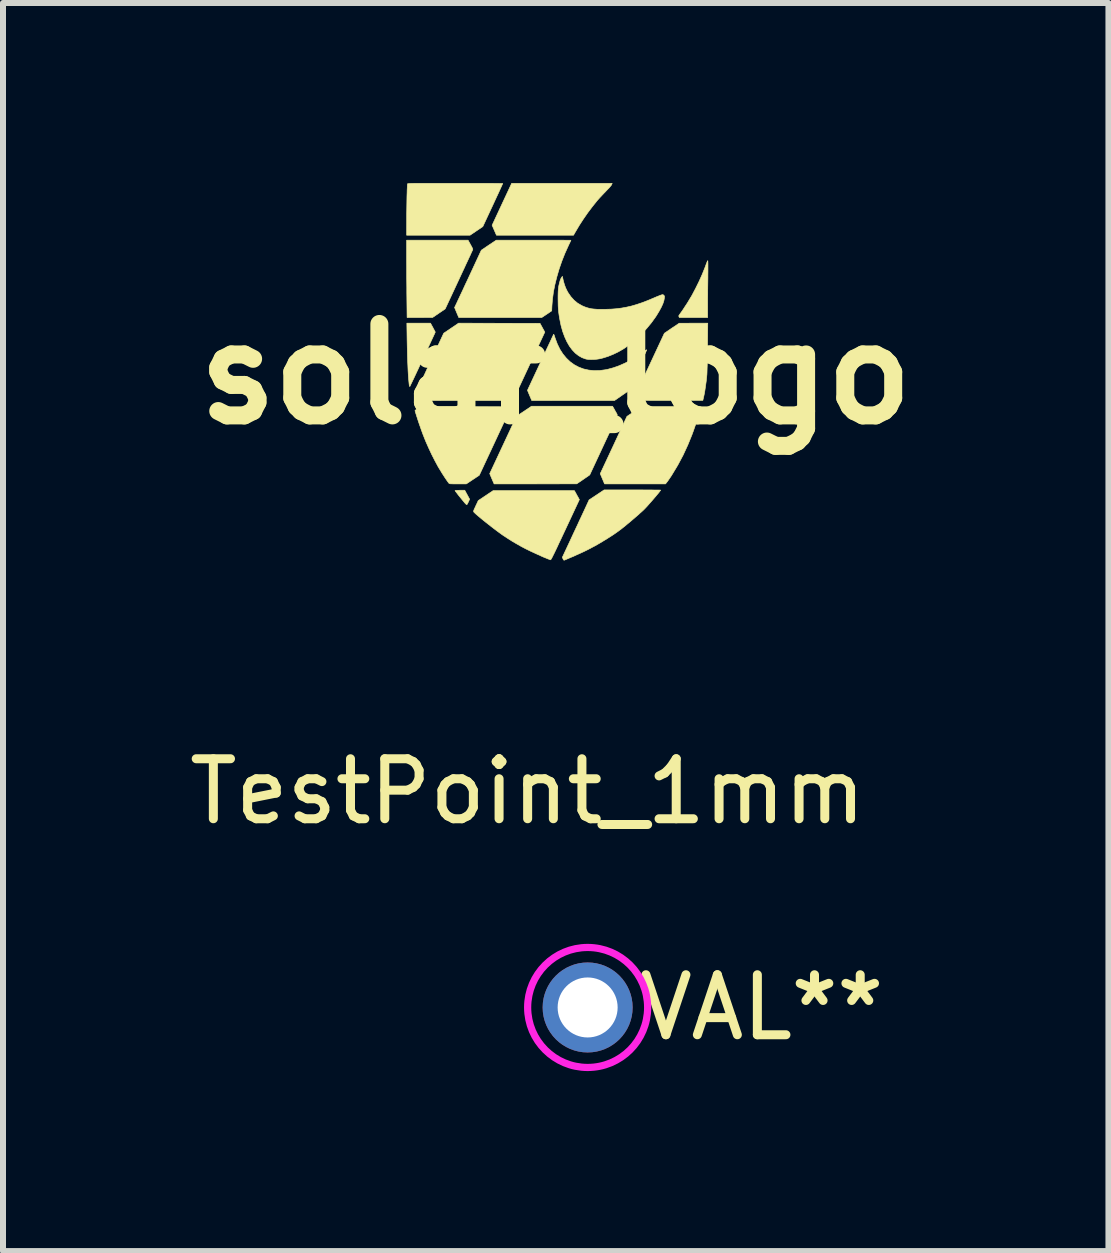
<source format=kicad_pcb>
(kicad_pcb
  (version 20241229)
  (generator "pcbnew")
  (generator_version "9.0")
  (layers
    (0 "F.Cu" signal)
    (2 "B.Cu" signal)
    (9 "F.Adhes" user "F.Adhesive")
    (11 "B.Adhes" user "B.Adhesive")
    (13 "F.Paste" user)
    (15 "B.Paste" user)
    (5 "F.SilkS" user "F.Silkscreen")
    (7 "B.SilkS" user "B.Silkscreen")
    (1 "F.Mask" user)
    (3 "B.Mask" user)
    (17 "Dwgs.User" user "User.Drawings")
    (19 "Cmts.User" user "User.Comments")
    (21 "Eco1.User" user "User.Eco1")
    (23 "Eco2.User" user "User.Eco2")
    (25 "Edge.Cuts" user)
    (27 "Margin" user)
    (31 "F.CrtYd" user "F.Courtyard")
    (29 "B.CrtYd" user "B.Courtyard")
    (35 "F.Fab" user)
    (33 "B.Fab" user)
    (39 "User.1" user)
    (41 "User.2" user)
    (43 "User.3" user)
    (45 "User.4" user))
  (footprint "TestPoint_1mm"
    (layer "F.Cu")
    (at 6.744 13.741)
    (property "Reference" "TestPoint_1mm" (at -1 -3.6 0) (layer "F.SilkS") (effects (font (size 1 1) (thickness 0.15))))
    (attr through_hole)
    (fp_circle (center 0 0) (end 1 0) (stroke (width 0.12) (type solid)) (fill no) (layer "F.CrtYd"))
    (fp_text user "VAL**" (at 2.9 0 0) (layer "F.SilkS") (effects (font (size 1 1) (thickness 0.15))))
    (pad "1" thru_hole circle (at 0 0) (size 1.5 1.5) (drill 1) (layers "*.Cu" "*.Mask")))
  (footprint "solar_logo"
    (layer "F.Cu")
    (at 6.212 3.184)
    (property "Reference" "solar_logo" (at 0 0 0) (layer "F.SilkS") (effects (font (size 1.524 1.524) (thickness 0.3))))
    (attr through_hole)
    (fp_poly (pts (xy 0.932 -3.157) (xy 0.925 -3.145) (xy 0.91 -3.126) (xy 0.888 -3.101) (xy 0.86 -3.072) (xy 0.828 -3.038) (xy 0.797 -3.006) (xy 0.765 -2.972) (xy 0.735 -2.94) (xy 0.708 -2.91) (xy 0.687 -2.886) (xy 0.684 -2.882) (xy 0.608 -2.787) (xy 0.532 -2.686) (xy 0.46 -2.582) (xy 0.392 -2.477) (xy 0.331 -2.374) (xy 0.314 -2.345) (xy 0.297 -2.314) (xy -0.988 -2.314) (xy -1.024 -2.397) (xy -1.06 -2.48) (xy -0.897 -2.83) (xy -0.734 -3.179) (xy 0.941 -3.179) (xy 0.932 -3.157)) (stroke (width 0.01) (type solid)) (fill yes) (layer "F.SilkS"))
    (fp_poly (pts (xy -1.516 1.937) (xy -1.435 2.086) (xy -1.455 2.13) (xy -1.465 2.151) (xy -1.474 2.167) (xy -1.48 2.176) (xy -1.481 2.177) (xy -1.488 2.174) (xy -1.5 2.165) (xy -1.505 2.159) (xy -1.517 2.147) (xy -1.532 2.128) (xy -1.552 2.104) (xy -1.573 2.078) (xy -1.596 2.05) (xy -1.618 2.023) (xy -1.638 1.997) (xy -1.655 1.974) (xy -1.669 1.957) (xy -1.676 1.946) (xy -1.678 1.943) (xy -1.672 1.941) (xy -1.657 1.939) (xy -1.634 1.938) (xy -1.604 1.937) (xy -1.597 1.937) (xy -1.516 1.937)) (stroke (width 0.01) (type solid)) (fill yes) (layer "F.SilkS"))
    (fp_poly (pts (xy -0.941 -0.846) (xy -0.262 -0.845) (xy -0.222 -0.772) (xy -0.182 -0.699) (xy -0.646 0.297) (xy -0.857 0.441) (xy -1.549 0.441) (xy -2.241 0.442) (xy -2.275 0.364) (xy -2.287 0.335) (xy -2.297 0.31) (xy -2.304 0.29) (xy -2.308 0.278) (xy -2.308 0.275) (xy -2.306 0.269) (xy -2.299 0.252) (xy -2.287 0.226) (xy -2.272 0.192) (xy -2.253 0.151) (xy -2.231 0.102) (xy -2.206 0.048) (xy -2.178 -0.011) (xy -2.149 -0.075) (xy -2.117 -0.143) (xy -2.087 -0.207) (xy -1.867 -0.68) (xy -1.743 -0.764) (xy -1.619 -0.848) (xy -0.941 -0.846)) (stroke (width 0.01) (type solid)) (fill yes) (layer "F.SilkS"))
    (fp_poly (pts (xy 0.947 0.536) (xy 0.981 0.596) (xy 0.995 0.622) (xy 1.008 0.644) (xy 1.018 0.662) (xy 1.023 0.671) (xy 1.024 0.674) (xy 1.024 0.678) (xy 1.024 0.683) (xy 1.022 0.691) (xy 1.019 0.701) (xy 1.013 0.715) (xy 1.006 0.733) (xy 0.996 0.757) (xy 0.983 0.785) (xy 0.968 0.82) (xy 0.949 0.861) (xy 0.926 0.91) (xy 0.9 0.967) (xy 0.869 1.033) (xy 0.834 1.108) (xy 0.799 1.183) (xy 0.567 1.681) (xy 0.459 1.756) (xy 0.35 1.83) (xy -0.339 1.831) (xy -1.027 1.831) (xy -1.064 1.746) (xy -1.1 1.66) (xy -0.653 0.703) (xy -0.528 0.62) (xy -0.403 0.536) (xy 0.947 0.536)) (stroke (width 0.01) (type solid)) (fill yes) (layer "F.SilkS"))
    (fp_poly (pts (xy -1.42 -2.157) (xy -1.404 -2.128) (xy -1.393 -2.107) (xy -1.386 -2.092) (xy -1.383 -2.082) (xy -1.383 -2.074) (xy -1.386 -2.067) (xy -1.387 -2.064) (xy -1.39 -2.056) (xy -1.399 -2.039) (xy -1.411 -2.012) (xy -1.427 -1.976) (xy -1.447 -1.934) (xy -1.47 -1.884) (xy -1.496 -1.829) (xy -1.524 -1.768) (xy -1.554 -1.704) (xy -1.586 -1.635) (xy -1.618 -1.566) (xy -1.842 -1.086) (xy -1.947 -1.014) (xy -2.052 -0.943) (xy -2.264 -0.942) (xy -2.477 -0.942) (xy -2.481 -1.282) (xy -2.482 -1.358) (xy -2.482 -1.44) (xy -2.483 -1.527) (xy -2.484 -1.616) (xy -2.484 -1.704) (xy -2.484 -1.788) (xy -2.485 -1.865) (xy -2.485 -1.927) (xy -2.485 -2.231) (xy -1.461 -2.231) (xy -1.42 -2.157)) (stroke (width 0.01) (type solid)) (fill yes) (layer "F.SilkS"))
    (fp_poly (pts (xy 2.53 -0.458) (xy 2.529 -0.389) (xy 2.528 -0.321) (xy 2.527 -0.257) (xy 2.526 -0.196) (xy 2.525 -0.141) (xy 2.523 -0.092) (xy 2.522 -0.051) (xy 2.521 -0.019) (xy 2.52 0.002) (xy 2.52 0.006) (xy 2.515 0.058) (xy 2.509 0.115) (xy 2.501 0.172) (xy 2.493 0.229) (xy 2.485 0.282) (xy 2.477 0.328) (xy 2.469 0.366) (xy 2.468 0.371) (xy 2.452 0.439) (xy 1.945 0.44) (xy 1.868 0.44) (xy 1.796 0.44) (xy 1.727 0.44) (xy 1.664 0.44) (xy 1.606 0.44) (xy 1.556 0.44) (xy 1.513 0.439) (xy 1.478 0.439) (xy 1.453 0.438) (xy 1.439 0.438) (xy 1.435 0.437) (xy 1.432 0.43) (xy 1.425 0.415) (xy 1.415 0.393) (xy 1.404 0.366) (xy 1.399 0.354) (xy 1.365 0.275) (xy 1.811 -0.68) (xy 1.934 -0.764) (xy 2.058 -0.847) (xy 2.534 -0.848) (xy 2.53 -0.458)) (stroke (width 0.01) (type solid)) (fill yes) (layer "F.SilkS"))
    (fp_poly (pts (xy 2.535 -1.884) (xy 2.536 -1.867) (xy 2.537 -1.84) (xy 2.537 -1.804) (xy 2.537 -1.759) (xy 2.537 -1.706) (xy 2.536 -1.646) (xy 2.536 -1.603) (xy 2.535 -1.537) (xy 2.534 -1.468) (xy 2.533 -1.398) (xy 2.533 -1.328) (xy 2.532 -1.263) (xy 2.532 -1.203) (xy 2.532 -1.151) (xy 2.532 -1.129) (xy 2.532 -0.942) (xy 2.06 -0.942) (xy 2.054 -0.956) (xy 2.051 -0.967) (xy 2.053 -0.976) (xy 2.063 -0.99) (xy 2.065 -0.993) (xy 2.076 -1.009) (xy 2.093 -1.032) (xy 2.113 -1.061) (xy 2.135 -1.094) (xy 2.157 -1.128) (xy 2.179 -1.161) (xy 2.199 -1.192) (xy 2.206 -1.204) (xy 2.27 -1.311) (xy 2.331 -1.426) (xy 2.389 -1.544) (xy 2.442 -1.662) (xy 2.488 -1.777) (xy 2.503 -1.818) (xy 2.513 -1.845) (xy 2.522 -1.867) (xy 2.529 -1.883) (xy 2.534 -1.89) (xy 2.534 -1.89) (xy 2.535 -1.884)) (stroke (width 0.01) (type solid)) (fill yes) (layer "F.SilkS"))
    (fp_poly (pts (xy -2.284 -0.848) (xy -2.087 -0.848) (xy -2.047 -0.775) (xy -2.033 -0.748) (xy -2.021 -0.726) (xy -2.012 -0.709) (xy -2.008 -0.7) (xy -2.008 -0.699) (xy -2.01 -0.693) (xy -2.017 -0.677) (xy -2.028 -0.653) (xy -2.043 -0.621) (xy -2.061 -0.582) (xy -2.082 -0.537) (xy -2.105 -0.487) (xy -2.13 -0.433) (xy -2.157 -0.376) (xy -2.184 -0.317) (xy -2.212 -0.257) (xy -2.24 -0.197) (xy -2.268 -0.137) (xy -2.295 -0.079) (xy -2.321 -0.024) (xy -2.345 0.027) (xy -2.367 0.074) (xy -2.387 0.116) (xy -2.404 0.151) (xy -2.417 0.178) (xy -2.426 0.197) (xy -2.431 0.207) (xy -2.431 0.208) (xy -2.435 0.206) (xy -2.439 0.196) (xy -2.44 0.193) (xy -2.444 0.162) (xy -2.448 0.12) (xy -2.453 0.069) (xy -2.457 0.008) (xy -2.461 -0.06) (xy -2.464 -0.135) (xy -2.468 -0.216) (xy -2.471 -0.302) (xy -2.473 -0.392) (xy -2.475 -0.484) (xy -2.477 -0.579) (xy -2.477 -0.581) (xy -2.481 -0.848) (xy -2.284 -0.848)) (stroke (width 0.01) (type solid)) (fill yes) (layer "F.SilkS"))
    (fp_poly (pts (xy 2.016 0.542) (xy 2.094 0.542) (xy 2.161 0.542) (xy 2.219 0.542) (xy 2.267 0.542) (xy 2.308 0.543) (xy 2.341 0.543) (xy 2.367 0.544) (xy 2.388 0.544) (xy 2.403 0.545) (xy 2.414 0.546) (xy 2.421 0.547) (xy 2.424 0.549) (xy 2.426 0.55) (xy 2.426 0.551) (xy 2.424 0.559) (xy 2.419 0.577) (xy 2.41 0.604) (xy 2.4 0.637) (xy 2.387 0.675) (xy 2.373 0.718) (xy 2.358 0.763) (xy 2.343 0.808) (xy 2.327 0.854) (xy 2.312 0.897) (xy 2.298 0.938) (xy 2.285 0.973) (xy 2.274 1.003) (xy 2.274 1.004) (xy 2.202 1.181) (xy 2.123 1.352) (xy 2.035 1.517) (xy 1.941 1.673) (xy 1.928 1.694) (xy 1.908 1.724) (xy 1.888 1.753) (xy 1.871 1.778) (xy 1.857 1.797) (xy 1.85 1.806) (xy 1.83 1.831) (xy 0.814 1.831) (xy 0.742 1.661) (xy 0.965 1.184) (xy 1.187 0.706) (xy 1.309 0.624) (xy 1.43 0.542) (xy 1.928 0.542) (xy 2.016 0.542)) (stroke (width 0.01) (type solid)) (fill yes) (layer "F.SilkS"))
    (fp_poly (pts (xy -0.284 -2.231) (xy -0.203 -2.231) (xy -0.126 -2.231) (xy -0.054 -2.231) (xy 0.012 -2.231) (xy 0.072 -2.231) (xy 0.125 -2.231) (xy 0.169 -2.23) (xy 0.205 -2.23) (xy 0.232 -2.23) (xy 0.248 -2.23) (xy 0.253 -2.229) (xy 0.251 -2.224) (xy 0.244 -2.209) (xy 0.234 -2.187) (xy 0.221 -2.161) (xy 0.21 -2.137) (xy 0.153 -2.011) (xy 0.102 -1.882) (xy 0.057 -1.752) (xy 0.019 -1.622) (xy -0.013 -1.494) (xy -0.038 -1.369) (xy -0.054 -1.249) (xy -0.063 -1.14) (xy -0.067 -1.053) (xy -0.15 -0.997) (xy -0.233 -0.942) (xy -0.924 -0.942) (xy -1.616 -0.942) (xy -1.651 -1.025) (xy -1.686 -1.109) (xy -1.671 -1.139) (xy -1.667 -1.149) (xy -1.657 -1.168) (xy -1.644 -1.197) (xy -1.627 -1.234) (xy -1.606 -1.278) (xy -1.583 -1.328) (xy -1.556 -1.384) (xy -1.528 -1.445) (xy -1.498 -1.51) (xy -1.466 -1.577) (xy -1.448 -1.616) (xy -1.24 -2.064) (xy -1.116 -2.148) (xy -0.991 -2.231) (xy -0.369 -2.231) (xy -0.284 -2.231)) (stroke (width 0.01) (type solid)) (fill yes) (layer "F.SilkS"))
    (fp_poly (pts (xy -1.569 0.543) (xy -0.888 0.545) (xy -0.848 0.616) (xy -0.808 0.688) (xy -1.041 1.188) (xy -1.274 1.687) (xy -1.382 1.759) (xy -1.49 1.831) (xy -1.63 1.831) (xy -1.674 1.831) (xy -1.708 1.831) (xy -1.733 1.83) (xy -1.751 1.83) (xy -1.763 1.828) (xy -1.771 1.826) (xy -1.777 1.823) (xy -1.781 1.819) (xy -1.782 1.818) (xy -1.792 1.805) (xy -1.808 1.783) (xy -1.827 1.755) (xy -1.849 1.723) (xy -1.872 1.687) (xy -1.896 1.65) (xy -1.918 1.613) (xy -1.939 1.579) (xy -1.957 1.549) (xy -1.959 1.546) (xy -2.013 1.446) (xy -2.067 1.34) (xy -2.119 1.229) (xy -2.168 1.118) (xy -2.211 1.01) (xy -2.224 0.975) (xy -2.241 0.928) (xy -2.258 0.879) (xy -2.275 0.831) (xy -2.291 0.784) (xy -2.305 0.74) (xy -2.318 0.7) (xy -2.329 0.665) (xy -2.338 0.638) (xy -2.343 0.618) (xy -2.345 0.607) (xy -2.345 0.606) (xy -2.338 0.601) (xy -2.324 0.592) (xy -2.305 0.579) (xy -2.295 0.572) (xy -2.25 0.542) (xy -1.569 0.543)) (stroke (width 0.01) (type solid)) (fill yes) (layer "F.SilkS"))
    (fp_poly (pts (xy -0.031 -0.659) (xy -0.025 -0.646) (xy -0.018 -0.625) (xy -0.01 -0.599) (xy -0.009 -0.596) (xy 0.027 -0.5) (xy 0.07 -0.412) (xy 0.12 -0.334) (xy 0.177 -0.265) (xy 0.24 -0.205) (xy 0.309 -0.155) (xy 0.384 -0.115) (xy 0.464 -0.085) (xy 0.549 -0.066) (xy 0.639 -0.057) (xy 0.734 -0.059) (xy 0.832 -0.072) (xy 0.87 -0.08) (xy 0.962 -0.105) (xy 1.058 -0.139) (xy 1.155 -0.182) (xy 1.253 -0.232) (xy 1.349 -0.289) (xy 1.441 -0.352) (xy 1.474 -0.376) (xy 1.493 -0.39) (xy 1.507 -0.4) (xy 1.516 -0.404) (xy 1.517 -0.404) (xy 1.515 -0.399) (xy 1.508 -0.383) (xy 1.498 -0.359) (xy 1.483 -0.327) (xy 1.465 -0.287) (xy 1.444 -0.242) (xy 1.421 -0.191) (xy 1.396 -0.136) (xy 1.368 -0.077) (xy 1.358 -0.055) (xy 1.197 0.291) (xy 0.98 0.441) (xy 0.291 0.441) (xy -0.399 0.442) (xy -0.435 0.357) (xy -0.471 0.271) (xy -0.254 -0.194) (xy -0.221 -0.264) (xy -0.19 -0.33) (xy -0.161 -0.393) (xy -0.134 -0.451) (xy -0.109 -0.504) (xy -0.087 -0.55) (xy -0.069 -0.59) (xy -0.054 -0.622) (xy -0.043 -0.645) (xy -0.036 -0.659) (xy -0.034 -0.663) (xy -0.031 -0.659)) (stroke (width 0.01) (type solid)) (fill yes) (layer "F.SilkS"))
    (fp_poly (pts (xy 0.325 1.968) (xy 0.335 1.985) (xy 0.347 2.008) (xy 0.361 2.033) (xy 0.367 2.043) (xy 0.394 2.093) (xy 0.16 2.594) (xy 0.119 2.681) (xy 0.083 2.758) (xy 0.051 2.825) (xy 0.024 2.884) (xy 0.000079 2.934) (xy -0.02 2.976) (xy -0.037 3.01) (xy -0.051 3.038) (xy -0.062 3.06) (xy -0.071 3.076) (xy -0.078 3.087) (xy -0.082 3.093) (xy -0.085 3.095) (xy -0.085 3.096) (xy -0.094 3.094) (xy -0.111 3.088) (xy -0.137 3.078) (xy -0.168 3.065) (xy -0.203 3.051) (xy -0.23 3.039) (xy -0.327 2.995) (xy -0.416 2.954) (xy -0.498 2.914) (xy -0.574 2.874) (xy -0.648 2.832) (xy -0.722 2.789) (xy -0.796 2.742) (xy -0.868 2.695) (xy -0.9 2.673) (xy -0.937 2.646) (xy -0.979 2.615) (xy -1.024 2.581) (xy -1.071 2.545) (xy -1.118 2.508) (xy -1.165 2.471) (xy -1.21 2.435) (xy -1.251 2.401) (xy -1.288 2.37) (xy -1.32 2.343) (xy -1.344 2.321) (xy -1.359 2.306) (xy -1.365 2.3) (xy -1.368 2.295) (xy -1.369 2.288) (xy -1.368 2.279) (xy -1.363 2.265) (xy -1.355 2.246) (xy -1.342 2.219) (xy -1.326 2.183) (xy -1.323 2.178) (xy -1.291 2.109) (xy -1.043 1.943) (xy 0.311 1.943) (xy 0.325 1.968)) (stroke (width 0.01) (type solid)) (fill yes) (layer "F.SilkS"))
    (fp_poly (pts (xy -1.579 -3.179) (xy -1.487 -3.179) (xy -1.398 -3.179) (xy -1.315 -3.179) (xy -1.237 -3.179) (xy -1.164 -3.178) (xy -1.099 -3.178) (xy -1.041 -3.178) (xy -0.991 -3.177) (xy -0.949 -3.177) (xy -0.917 -3.176) (xy -0.895 -3.176) (xy -0.884 -3.175) (xy -0.883 -3.175) (xy -0.886 -3.169) (xy -0.893 -3.153) (xy -0.904 -3.129) (xy -0.919 -3.096) (xy -0.937 -3.056) (xy -0.958 -3.01) (xy -0.982 -2.959) (xy -1.008 -2.903) (xy -1.035 -2.844) (xy -1.049 -2.814) (xy -1.215 -2.458) (xy -1.321 -2.386) (xy -1.428 -2.314) (xy -2.485 -2.314) (xy -2.484 -2.533) (xy -2.484 -2.596) (xy -2.484 -2.66) (xy -2.483 -2.725) (xy -2.482 -2.79) (xy -2.481 -2.853) (xy -2.48 -2.913) (xy -2.479 -2.97) (xy -2.477 -3.022) (xy -2.476 -3.068) (xy -2.474 -3.106) (xy -2.473 -3.137) (xy -2.472 -3.158) (xy -2.47 -3.168) (xy -2.47 -3.169) (xy -2.469 -3.171) (xy -2.467 -3.172) (xy -2.462 -3.173) (xy -2.456 -3.174) (xy -2.446 -3.175) (xy -2.433 -3.176) (xy -2.416 -3.177) (xy -2.394 -3.177) (xy -2.366 -3.178) (xy -2.333 -3.178) (xy -2.293 -3.178) (xy -2.246 -3.179) (xy -2.191 -3.179) (xy -2.128 -3.179) (xy -2.056 -3.179) (xy -1.975 -3.179) (xy -1.883 -3.179) (xy -1.781 -3.179) (xy -1.674 -3.179) (xy -1.579 -3.179)) (stroke (width 0.01) (type solid)) (fill yes) (layer "F.SilkS"))
    (fp_poly (pts (xy 1.351 1.931) (xy 1.421 1.931) (xy 1.486 1.932) (xy 1.546 1.932) (xy 1.6 1.932) (xy 1.648 1.933) (xy 1.687 1.933) (xy 1.717 1.933) (xy 1.738 1.934) (xy 1.748 1.934) (xy 1.749 1.935) (xy 1.745 1.941) (xy 1.734 1.956) (xy 1.718 1.977) (xy 1.697 2.002) (xy 1.672 2.032) (xy 1.644 2.065) (xy 1.615 2.099) (xy 1.585 2.133) (xy 1.556 2.166) (xy 1.528 2.198) (xy 1.502 2.226) (xy 1.481 2.248) (xy 1.462 2.267) (xy 1.436 2.291) (xy 1.403 2.32) (xy 1.366 2.354) (xy 1.325 2.389) (xy 1.282 2.426) (xy 1.239 2.463) (xy 1.196 2.498) (xy 1.156 2.532) (xy 1.119 2.561) (xy 1.088 2.586) (xy 1.074 2.596) (xy 1.01 2.643) (xy 0.938 2.692) (xy 0.859 2.742) (xy 0.776 2.793) (xy 0.693 2.842) (xy 0.61 2.887) (xy 0.531 2.929) (xy 0.524 2.932) (xy 0.498 2.945) (xy 0.467 2.96) (xy 0.43 2.977) (xy 0.391 2.995) (xy 0.35 3.013) (xy 0.309 3.032) (xy 0.269 3.049) (xy 0.231 3.065) (xy 0.198 3.079) (xy 0.171 3.091) (xy 0.151 3.099) (xy 0.14 3.103) (xy 0.138 3.103) (xy 0.132 3.098) (xy 0.124 3.086) (xy 0.121 3.079) (xy 0.11 3.056) (xy 0.24 2.778) (xy 0.269 2.715) (xy 0.3 2.648) (xy 0.332 2.58) (xy 0.364 2.512) (xy 0.394 2.446) (xy 0.423 2.385) (xy 0.448 2.331) (xy 0.463 2.299) (xy 0.556 2.098) (xy 0.681 2.015) (xy 0.807 1.931) (xy 1.278 1.931) (xy 1.351 1.931)) (stroke (width 0.01) (type solid)) (fill yes) (layer "F.SilkS"))
    (fp_poly (pts (xy 0.114 -1.613) (xy 0.129 -1.546) (xy 0.146 -1.488) (xy 0.165 -1.437) (xy 0.188 -1.389) (xy 0.205 -1.358) (xy 0.252 -1.29) (xy 0.305 -1.231) (xy 0.364 -1.182) (xy 0.431 -1.143) (xy 0.438 -1.139) (xy 0.477 -1.122) (xy 0.515 -1.108) (xy 0.554 -1.097) (xy 0.595 -1.088) (xy 0.641 -1.083) (xy 0.693 -1.079) (xy 0.752 -1.078) (xy 0.821 -1.079) (xy 0.835 -1.079) (xy 0.928 -1.082) (xy 1.016 -1.089) (xy 1.1 -1.1) (xy 1.182 -1.115) (xy 1.265 -1.134) (xy 1.35 -1.159) (xy 1.439 -1.189) (xy 1.533 -1.225) (xy 1.633 -1.267) (xy 1.677 -1.286) (xy 1.712 -1.3) (xy 1.739 -1.311) (xy 1.759 -1.318) (xy 1.773 -1.322) (xy 1.784 -1.323) (xy 1.791 -1.321) (xy 1.797 -1.317) (xy 1.802 -1.313) (xy 1.809 -1.304) (xy 1.813 -1.293) (xy 1.812 -1.277) (xy 1.811 -1.267) (xy 1.803 -1.223) (xy 1.786 -1.172) (xy 1.76 -1.115) (xy 1.726 -1.052) (xy 1.685 -0.984) (xy 1.666 -0.954) (xy 1.596 -0.857) (xy 1.518 -0.762) (xy 1.434 -0.672) (xy 1.346 -0.587) (xy 1.255 -0.51) (xy 1.163 -0.442) (xy 1.122 -0.415) (xy 1.043 -0.37) (xy 0.958 -0.329) (xy 0.871 -0.294) (xy 0.785 -0.267) (xy 0.726 -0.253) (xy 0.684 -0.247) (xy 0.638 -0.243) (xy 0.592 -0.242) (xy 0.549 -0.243) (xy 0.513 -0.248) (xy 0.5 -0.251) (xy 0.439 -0.273) (xy 0.381 -0.306) (xy 0.326 -0.349) (xy 0.275 -0.403) (xy 0.228 -0.466) (xy 0.186 -0.539) (xy 0.149 -0.62) (xy 0.116 -0.71) (xy 0.089 -0.807) (xy 0.077 -0.864) (xy 0.065 -0.926) (xy 0.056 -0.981) (xy 0.049 -1.032) (xy 0.044 -1.083) (xy 0.041 -1.136) (xy 0.04 -1.194) (xy 0.039 -1.254) (xy 0.039 -1.304) (xy 0.04 -1.345) (xy 0.041 -1.377) (xy 0.043 -1.405) (xy 0.045 -1.429) (xy 0.048 -1.451) (xy 0.051 -1.469) (xy 0.062 -1.517) (xy 0.073 -1.558) (xy 0.086 -1.591) (xy 0.099 -1.613) (xy 0.1 -1.614) (xy 0.111 -1.628) (xy 0.114 -1.613)) (stroke (width 0.01) (type solid)) (fill yes) (layer "F.SilkS")))
  (gr_rect
    (start -3 -3)
    (end 15.424 17.801)
    (stroke (width 0.1) (type default))
    (fill no)
    (layer "Edge.Cuts")))
</source>
